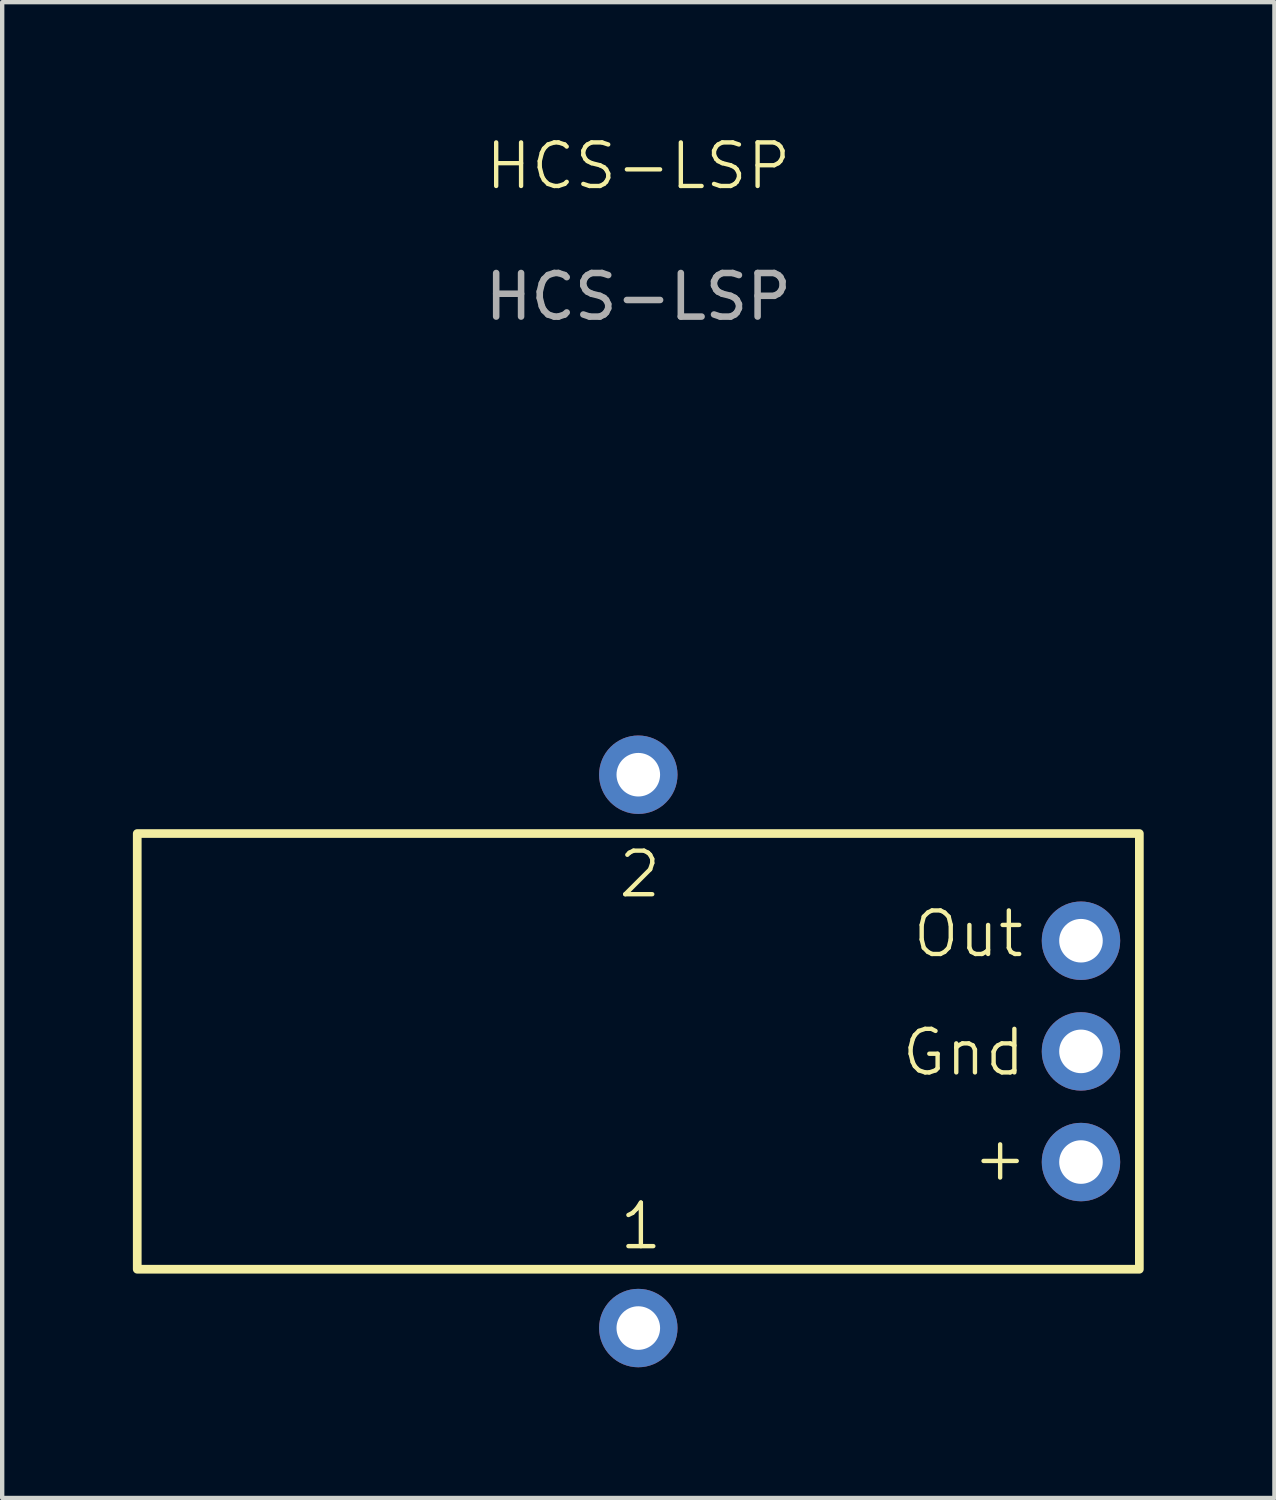
<source format=kicad_pcb>
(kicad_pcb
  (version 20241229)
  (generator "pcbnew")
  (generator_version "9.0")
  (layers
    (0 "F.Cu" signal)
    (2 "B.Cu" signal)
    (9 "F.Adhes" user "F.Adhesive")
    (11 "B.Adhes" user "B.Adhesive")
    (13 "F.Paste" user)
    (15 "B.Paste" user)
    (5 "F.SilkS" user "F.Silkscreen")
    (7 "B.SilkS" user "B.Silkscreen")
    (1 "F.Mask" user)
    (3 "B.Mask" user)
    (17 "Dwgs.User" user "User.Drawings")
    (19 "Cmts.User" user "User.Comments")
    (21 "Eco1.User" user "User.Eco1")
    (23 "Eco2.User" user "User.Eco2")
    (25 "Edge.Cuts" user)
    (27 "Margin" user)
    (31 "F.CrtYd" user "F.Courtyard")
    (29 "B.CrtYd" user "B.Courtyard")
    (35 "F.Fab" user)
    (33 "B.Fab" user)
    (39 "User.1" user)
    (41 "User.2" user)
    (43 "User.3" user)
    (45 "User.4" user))
  (footprint "HCS-LSP"
    (layer "F.Cu")
    (at 11.6 21.081)
    (property "Reference" "HCS-LSP" (at 0 -20.32 0) (unlocked yes) (layer "F.SilkS") (effects (font (size 1 1) (thickness 0.1))))
    (attr smd)
    (fp_rect (start -11.5 -5) (end 11.5 5) (stroke (width 0.2) (type default)) (fill no) (layer "F.SilkS"))
    (fp_text user "1" (at -0.483 4.597 0) (unlocked yes) (layer "F.SilkS") (effects (font (size 1 1) (thickness 0.1)) (justify left bottom)))
    (fp_text user "+" (at 7.62 3.023 0) (unlocked yes) (layer "F.SilkS") (effects (font (size 1 1) (thickness 0.1)) (justify left bottom)))
    (fp_text user "Gnd" (at 5.994 0.61 0) (unlocked yes) (layer "F.SilkS") (effects (font (size 1 1) (thickness 0.1)) (justify left bottom)))
    (fp_text user "Out" (at 6.248 -2.108 0) (unlocked yes) (layer "F.SilkS") (effects (font (size 1 1) (thickness 0.1)) (justify left bottom)))
    (fp_text user "2" (at -0.508 -3.48 0) (unlocked yes) (layer "F.SilkS") (effects (font (size 1 1) (thickness 0.1)) (justify left bottom)))
    (fp_text user "${REFERENCE}" (at 0 -17.32 0) (unlocked yes) (layer "F.Fab") (effects (font (size 1 1) (thickness 0.15))))
    (pad "1" thru_hole circle (at 0 6.35) (size 1.8 1.8) (drill 1) (layers "*.Cu" "*.Mask"))
    (pad "2" thru_hole circle (at 0 -6.35) (size 1.8 1.8) (drill 1) (layers "*.Cu" "*.Mask"))
    (pad "3" thru_hole circle (at 10.16 2.54) (size 1.8 1.8) (drill 1) (layers "*.Cu" "*.Mask"))
    (pad "4" thru_hole circle (at 10.16 0) (size 1.8 1.8) (drill 1) (layers "*.Cu" "*.Mask"))
    (pad "5" thru_hole circle (at 10.16 -2.54) (size 1.8 1.8) (drill 1) (layers "*.Cu" "*.Mask")))
  (gr_rect
    (start -3 -3)
    (end 26.2 31.331)
    (stroke (width 0.1) (type default))
    (fill no)
    (layer "Edge.Cuts")))
</source>
